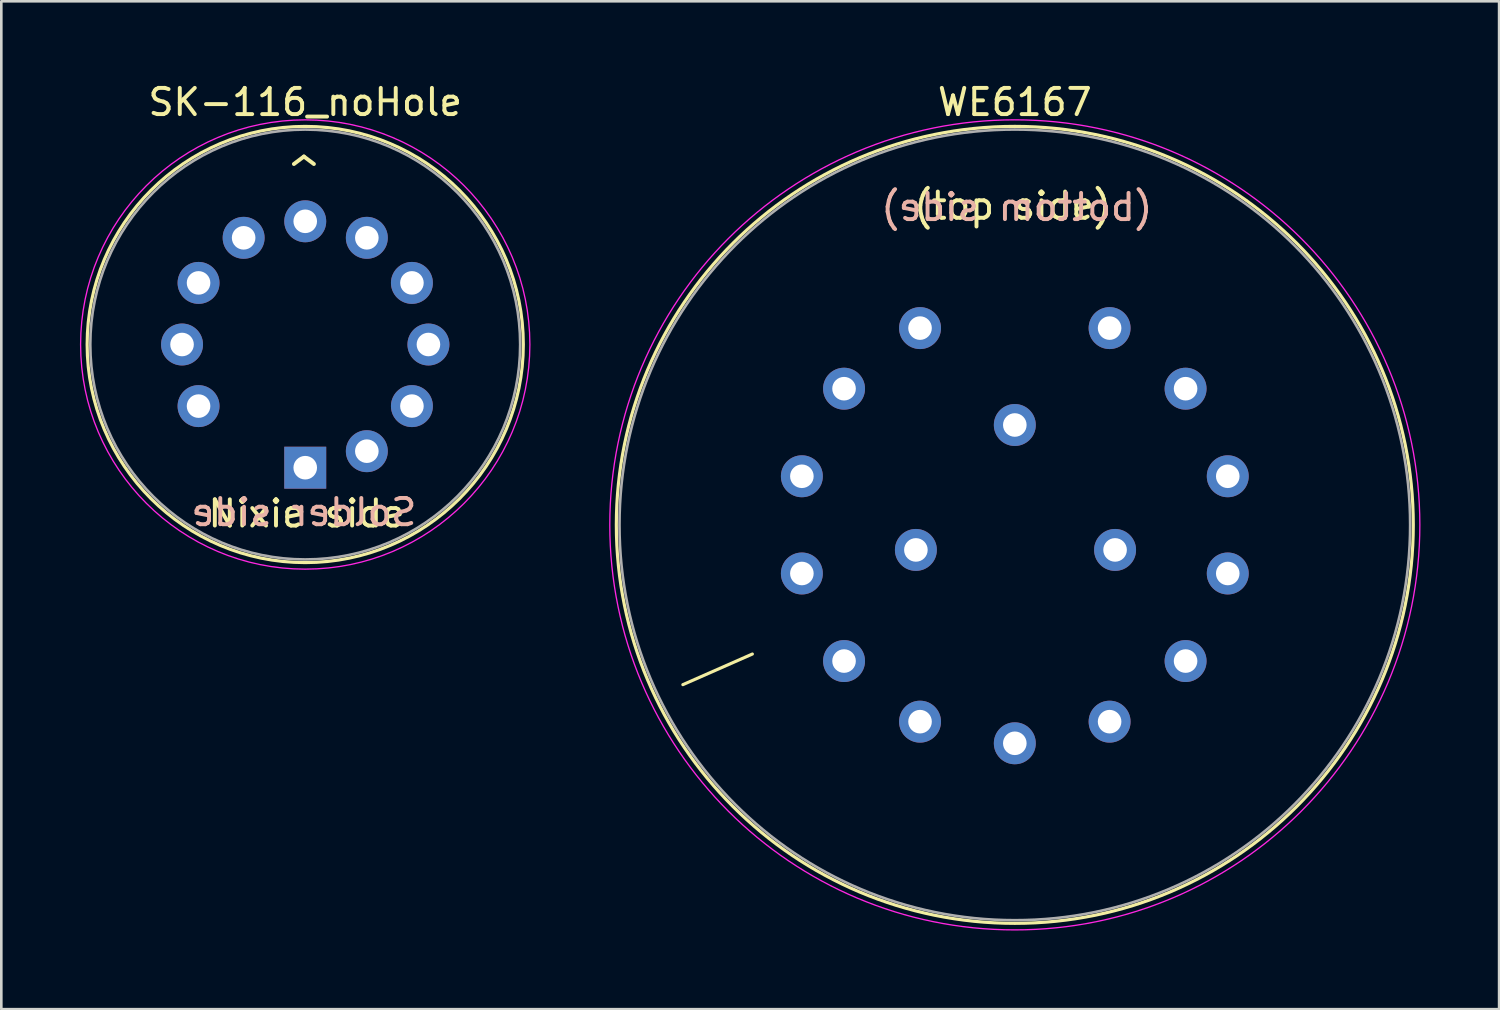
<source format=kicad_pcb>
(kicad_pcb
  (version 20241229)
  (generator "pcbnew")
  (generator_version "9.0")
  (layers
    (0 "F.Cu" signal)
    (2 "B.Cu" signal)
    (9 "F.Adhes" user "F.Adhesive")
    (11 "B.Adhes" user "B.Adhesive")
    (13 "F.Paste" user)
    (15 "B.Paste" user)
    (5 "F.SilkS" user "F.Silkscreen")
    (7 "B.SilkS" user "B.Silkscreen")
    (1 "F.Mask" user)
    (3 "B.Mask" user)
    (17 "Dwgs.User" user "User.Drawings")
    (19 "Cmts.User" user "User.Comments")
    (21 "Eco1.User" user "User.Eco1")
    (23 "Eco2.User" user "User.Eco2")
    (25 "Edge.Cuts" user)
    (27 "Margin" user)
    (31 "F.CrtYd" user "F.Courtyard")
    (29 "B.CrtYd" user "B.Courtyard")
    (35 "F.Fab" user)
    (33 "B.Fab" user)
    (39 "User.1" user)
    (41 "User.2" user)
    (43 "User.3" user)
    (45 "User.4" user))
  (footprint "SK-116_noHole"
    (layer "F.Cu")
    (at 8.595 10.093)
    (property "Reference" "SK-116_noHole" (at 0 -9.245 0) (layer "F.SilkS") (effects (font (size 1 1) (thickness 0.15))))
    (fp_circle (center 0 0) (end 0 8.32) (stroke (width 0.12) (type solid)) (fill no) (layer "F.SilkS"))
    (fp_circle (center 0 0) (end 0 8.57) (stroke (width 0.05) (type solid)) (fill no) (layer "F.CrtYd"))
    (fp_circle (center 0 0) (end 0 8.2) (stroke (width 0.1) (type solid)) (fill no) (layer "F.Fab"))
    (fp_text user "^" (at -0.051 -5.994 0) (unlocked yes) (layer "F.SilkS") (effects (font (size 2 2) (thickness 0.15))))
    (fp_text user "Nixie side" (at 0.051 6.452 0) (unlocked yes) (layer "F.SilkS") (effects (font (size 1 1) (thickness 0.15))))
    (fp_text user "Solder side" (at -0.051 6.401 0) (unlocked yes) (layer "B.SilkS") (effects (font (size 1 1) (thickness 0.15)) (justify mirror)))
    (pad "1" thru_hole rect (at 0 4.7) (size 1.6 1.6) (drill 0.9) (layers "*.Cu" "*.Mask"))
    (pad "2" thru_hole oval (at 2.35 4.07) (size 1.6 1.6) (drill 0.9) (layers "*.Cu" "*.Mask"))
    (pad "3" thru_hole oval (at 4.07 2.35) (size 1.6 1.6) (drill 0.9) (layers "*.Cu" "*.Mask"))
    (pad "4" thru_hole oval (at 4.7 0) (size 1.6 1.6) (drill 0.9) (layers "*.Cu" "*.Mask"))
    (pad "5" thru_hole oval (at 4.07 -2.35) (size 1.6 1.6) (drill 0.9) (layers "*.Cu" "*.Mask"))
    (pad "6" thru_hole oval (at 2.35 -4.07) (size 1.6 1.6) (drill 0.9) (layers "*.Cu" "*.Mask"))
    (pad "7" thru_hole oval (at 0 -4.7) (size 1.6 1.6) (drill 0.9) (layers "*.Cu" "*.Mask"))
    (pad "8" thru_hole oval (at -2.35 -4.07) (size 1.6 1.6) (drill 0.9) (layers "*.Cu" "*.Mask"))
    (pad "9" thru_hole oval (at -4.07 -2.35) (size 1.6 1.6) (drill 0.9) (layers "*.Cu" "*.Mask"))
    (pad "10" thru_hole oval (at -4.7 0) (size 1.6 1.6) (drill 0.9) (layers "*.Cu" "*.Mask"))
    (pad "11" thru_hole oval (at -4.07 2.35) (size 1.6 1.6) (drill 0.9) (layers "*.Cu" "*.Mask")))
  (footprint "WE6167"
    (layer "F.Cu")
    (at 35.666 16.817)
    (property "Reference" "WE6167" (at 0 -15.969 0) (layer "F.SilkS") (effects (font (size 1 1) (thickness 0.15))))
    (attr through_hole)
    (fp_line (start -10.013 5.085) (end -12.664 6.253) (stroke (width 0.12) (type solid)) (layer "F.SilkS"))
    (fp_circle (center 0 0.157) (end 0 15.359) (stroke (width 0.12) (type solid)) (fill no) (layer "F.SilkS"))
    (fp_circle (center 0 0.157) (end 0 15.609) (stroke (width 0.05) (type solid)) (fill no) (layer "F.CrtYd"))
    (fp_circle (center 0 0.157) (end 0 15.239) (stroke (width 0.1) (type solid)) (fill no) (layer "F.Fab"))
    (fp_text user "(top side)" (at -0.081 -12.014 0) (layer "F.SilkS") (effects (font (size 1 1) (thickness 0.15))))
    (fp_text user "(bottom side)" (at 0.076 -11.963 0) (layer "B.SilkS") (effects (font (size 1 1) (thickness 0.15)) (justify mirror)))
    (pad "1" thru_hole circle (at -3.616 -7.35) (size 1.6 1.6) (drill 0.9) (layers "*.Cu" "*.Mask"))
    (pad "2" thru_hole circle (at -6.515 -5.038) (size 1.6 1.6) (drill 0.9) (layers "*.Cu" "*.Mask"))
    (pad "3" thru_hole circle (at -8.124 -1.697) (size 1.6 1.6) (drill 0.9) (layers "*.Cu" "*.Mask"))
    (pad "4" thru_hole circle (at -8.124 2.012) (size 1.6 1.6) (drill 0.9) (layers "*.Cu" "*.Mask"))
    (pad "5" thru_hole circle (at -6.515 5.353) (size 1.6 1.6) (drill 0.9) (layers "*.Cu" "*.Mask"))
    (pad "6" thru_hole circle (at -3.616 7.665) (size 1.6 1.6) (drill 0.9) (layers "*.Cu" "*.Mask"))
    (pad "7" thru_hole circle (at 0.000002 8.49) (size 1.6 1.6) (drill 0.9) (layers "*.Cu" "*.Mask"))
    (pad "8" thru_hole circle (at 3.616 7.665) (size 1.6 1.6) (drill 0.9) (layers "*.Cu" "*.Mask"))
    (pad "9" thru_hole circle (at 6.515 5.353) (size 1.6 1.6) (drill 0.9) (layers "*.Cu" "*.Mask"))
    (pad "10" thru_hole circle (at 8.124 2.012) (size 1.6 1.6) (drill 0.9) (layers "*.Cu" "*.Mask"))
    (pad "11" thru_hole circle (at 8.124 -1.697) (size 1.6 1.6) (drill 0.9) (layers "*.Cu" "*.Mask"))
    (pad "12" thru_hole circle (at 6.515 -5.038) (size 1.6 1.6) (drill 0.9) (layers "*.Cu" "*.Mask"))
    (pad "13" thru_hole circle (at 3.616 -7.35) (size 1.6 1.6) (drill 0.9) (layers "*.Cu" "*.Mask"))
    (pad "14" thru_hole circle (at 0 -3.653) (size 1.6 1.6) (drill 0.9) (layers "*.Cu" "*.Mask"))
    (pad "16" thru_hole circle (at -3.774 1.113) (size 1.6 1.6) (drill 0.9) (layers "*.Cu" "*.Mask"))
    (pad "19" thru_hole circle (at 3.825 1.113) (size 1.6 1.6) (drill 0.9) (layers "*.Cu" "*.Mask")))
  (gr_rect
    (start -3 -3)
    (end 54.142 35.451)
    (stroke (width 0.1) (type default))
    (fill no)
    (layer "Edge.Cuts")))
</source>
